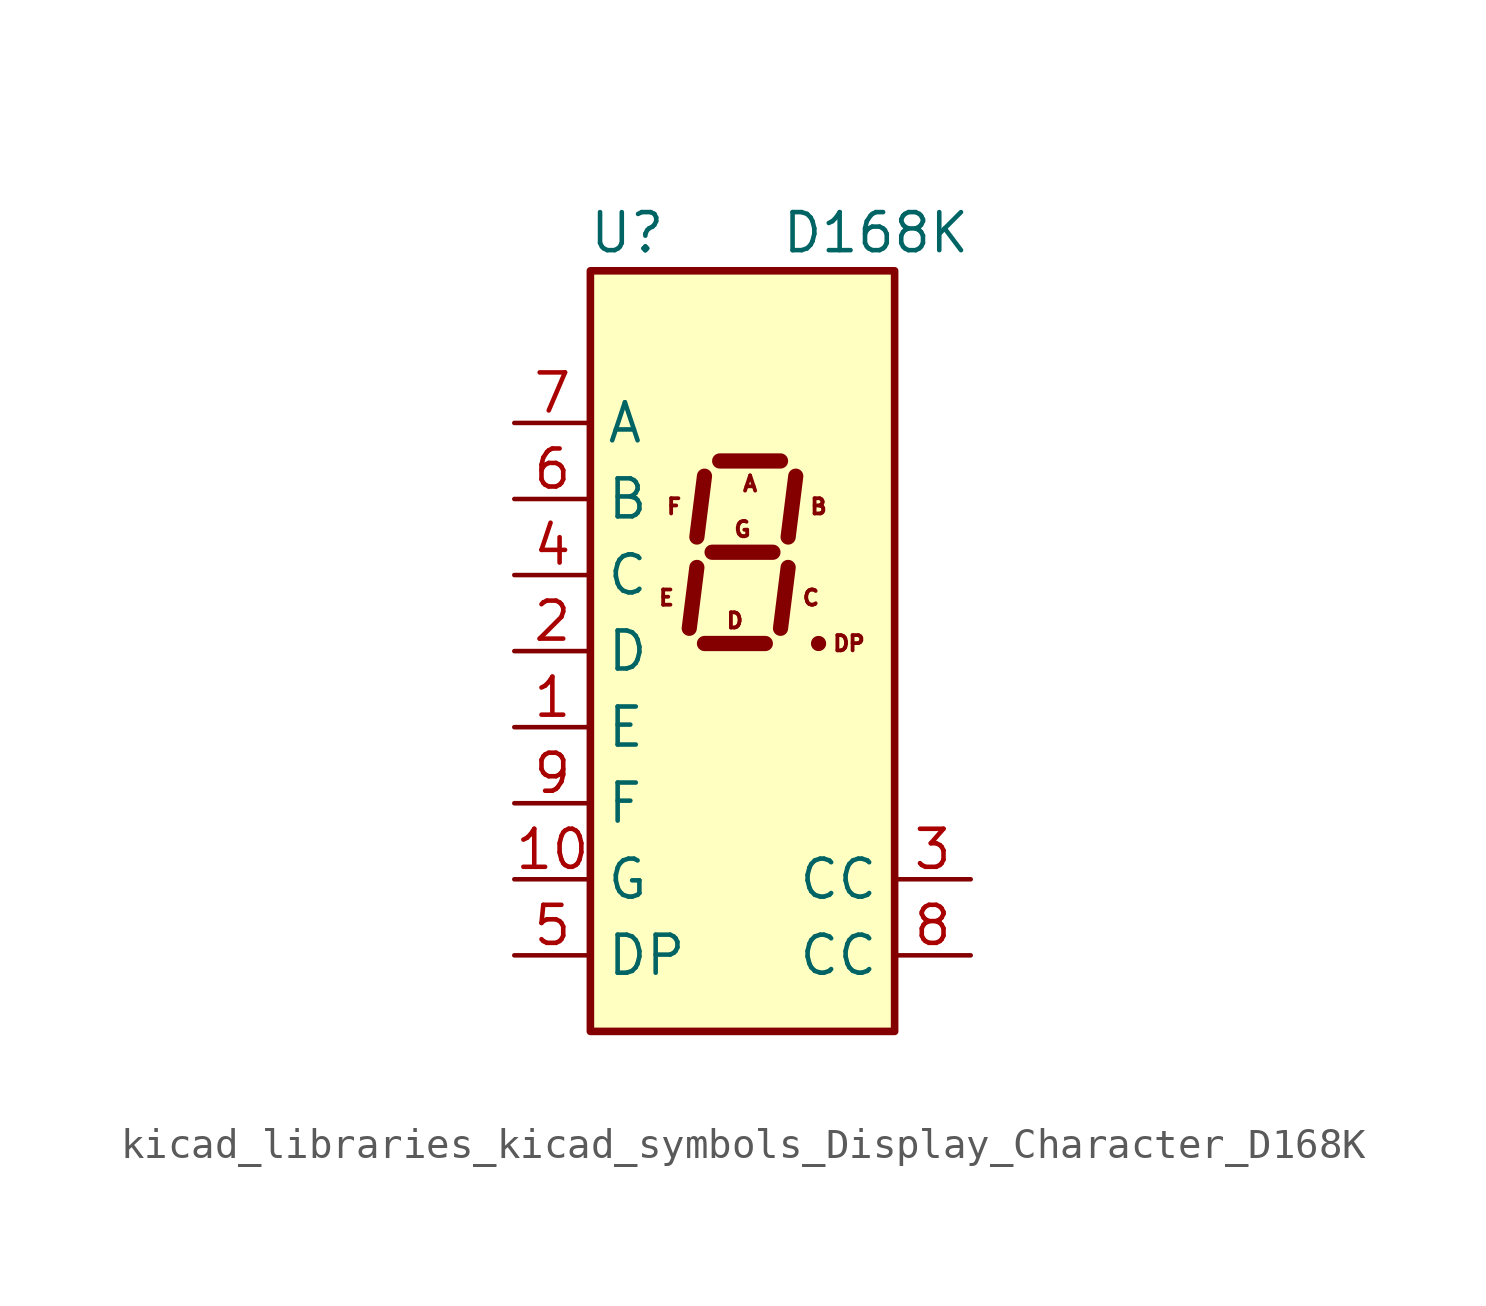
<source format=kicad_sym>
(kicad_symbol_lib
  (version 20220914)
  (generator kicad_symbol_editor)
  (symbol "kicad_libraries_kicad_symbols_Display_Character_D168K"
    (property "Reference" "U"
      (at -2.54 13.97 0)
      (effects (font (size 1.27 1.27)) (justify right)))
    (property "Value" "D168K"
      (at 1.27 13.97 0)
      (effects (font (size 1.27 1.27)) (justify left)))
    (symbol "kicad_libraries_kicad_symbols_Display_Character_D168K_0_0"
      (text "A" (at 0.254 5.588 0) (effects (font (size 0.508 0.508))))
      (text "B" (at 2.54 4.826 0) (effects (font (size 0.508 0.508))))
      (text "C" (at 2.286 1.778 0) (effects (font (size 0.508 0.508))))
      (text "D" (at -0.254 1.016 0) (effects (font (size 0.508 0.508))))
      (text "DP" (at 3.556 0.254 0) (effects (font (size 0.508 0.508))))
      (text "E" (at -2.54 1.778 0) (effects (font (size 0.508 0.508))))
      (text "F" (at -2.286 4.826 0) (effects (font (size 0.508 0.508))))
      (text "G" (at 0 4.064 0) (effects (font (size 0.508 0.508)))))
    (symbol "kicad_libraries_kicad_symbols_Display_Character_D168K_0_1"
      (rectangle (start -5.08 12.7) (end 5.08 -12.7) (stroke (width 0.254) (type default)) (fill (type background)))
      (polyline (pts (xy -1.524 2.794) (xy -1.778 0.762)) (stroke (width 0.508) (type default)) (fill (type none)))
      (polyline (pts (xy -1.27 0.254) (xy 0.762 0.254)) (stroke (width 0.508) (type default)) (fill (type none)))
      (polyline (pts (xy -1.27 5.842) (xy -1.524 3.81)) (stroke (width 0.508) (type default)) (fill (type none)))
      (polyline (pts (xy -1.016 3.302) (xy 1.016 3.302)) (stroke (width 0.508) (type default)) (fill (type none)))
      (polyline (pts (xy -0.762 6.35) (xy 1.27 6.35)) (stroke (width 0.508) (type default)) (fill (type none)))
      (polyline (pts (xy 1.524 2.794) (xy 1.27 0.762)) (stroke (width 0.508) (type default)) (fill (type none)))
      (polyline (pts (xy 1.778 5.842) (xy 1.524 3.81)) (stroke (width 0.508) (type default)) (fill (type none)))
      (polyline (pts (xy 2.54 0.254) (xy 2.54 0.254)) (stroke (width 0.508) (type default)) (fill (type none))))
    (symbol "kicad_libraries_kicad_symbols_Display_Character_D168K_1_1"
      (pin input line (at -7.62 -2.54 0) (length 2.54) (name "E" (effects (font (size 1.27 1.27)))) (number "1" (effects (font (size 1.27 1.27)))))
      (pin input line (at -7.62 -7.62 0) (length 2.54) (name "G" (effects (font (size 1.27 1.27)))) (number "10" (effects (font (size 1.27 1.27)))))
      (pin input line (at -7.62 0 0) (length 2.54) (name "D" (effects (font (size 1.27 1.27)))) (number "2" (effects (font (size 1.27 1.27)))))
      (pin input line (at 7.62 -7.62 180) (length 2.54) (name "CC" (effects (font (size 1.27 1.27)))) (number "3" (effects (font (size 1.27 1.27)))))
      (pin input line (at -7.62 2.54 0) (length 2.54) (name "C" (effects (font (size 1.27 1.27)))) (number "4" (effects (font (size 1.27 1.27)))))
      (pin input line (at -7.62 -10.16 0) (length 2.54) (name "DP" (effects (font (size 1.27 1.27)))) (number "5" (effects (font (size 1.27 1.27)))))
      (pin input line (at -7.62 5.08 0) (length 2.54) (name "B" (effects (font (size 1.27 1.27)))) (number "6" (effects (font (size 1.27 1.27)))))
      (pin input line (at -7.62 7.62 0) (length 2.54) (name "A" (effects (font (size 1.27 1.27)))) (number "7" (effects (font (size 1.27 1.27)))))
      (pin input line (at 7.62 -10.16 180) (length 2.54) (name "CC" (effects (font (size 1.27 1.27)))) (number "8" (effects (font (size 1.27 1.27)))))
      (pin input line (at -7.62 -5.08 0) (length 2.54) (name "F" (effects (font (size 1.27 1.27)))) (number "9" (effects (font (size 1.27 1.27))))))))
</source>
